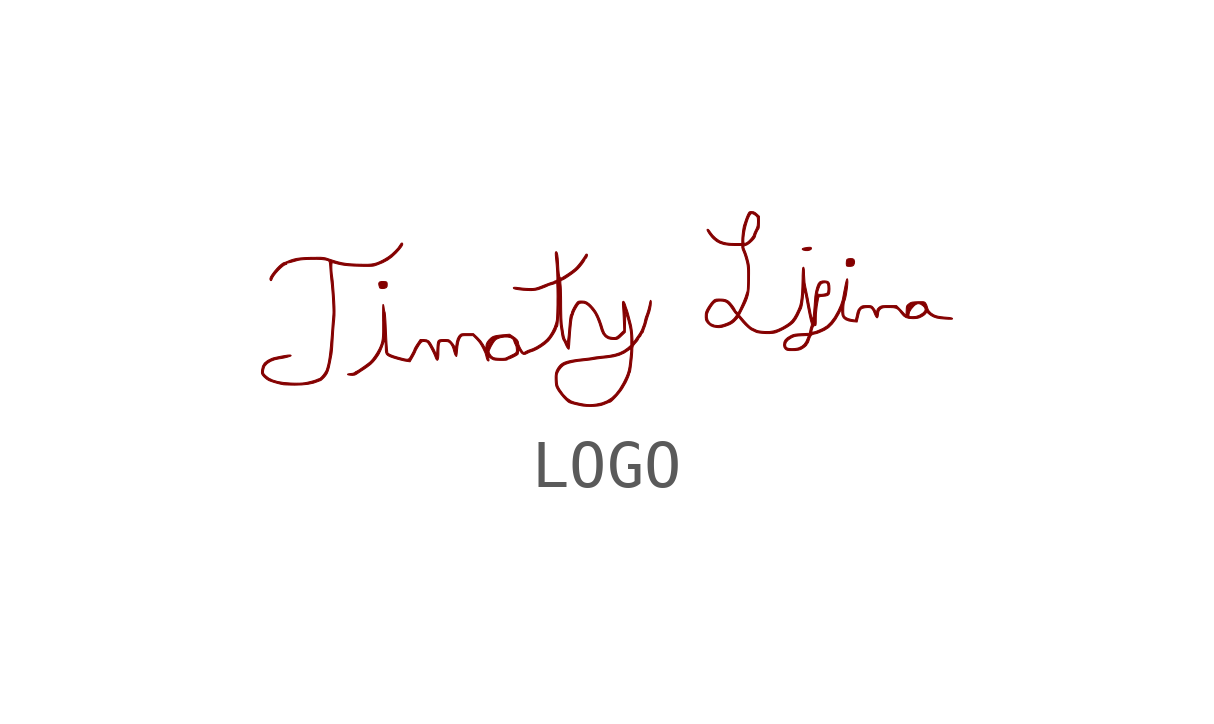
<source format=kicad_sym>
(kicad_symbol_lib
  (version 20220914)
  (generator bitmap2component)
  (symbol "LOGO"
    (pin_names
      (offset 1.016))
    (property "Reference" "#G"
      (at 0 1.814 0)
      (effects (font (size 1.27 1.27)) hide))
    (symbol "LOGO_0_0"
      (polyline (pts (xy -0.21 -2.072) (xy -0.134 -2.065) (xy -0.075 -2.054) (xy -0.064 -2.051) (xy -0.013 -2.033) (xy 0.037 -2.013) (xy 0.055 -2.005) (xy 0.089 -1.992) (xy 0.11 -1.986) (xy 0.118 -1.984) (xy 0.144 -1.965) (xy 0.18 -1.931) (xy 0.223 -1.887) (xy 0.268 -1.837) (xy 0.31 -1.786) (xy 0.347 -1.738) (xy 0.373 -1.699) (xy 0.375 -1.696) (xy 0.401 -1.651) (xy 0.423 -1.613) (xy 0.436 -1.592) (xy 0.441 -1.582) (xy 0.459 -1.546) (xy 0.479 -1.502) (xy 0.498 -1.457) (xy 0.512 -1.419) (xy 0.517 -1.398) (xy 0.518 -1.391) (xy 0.531 -1.366) (xy 0.535 -1.353) (xy 0.542 -1.317) (xy 0.55 -1.263) (xy 0.558 -1.198) (xy 0.566 -1.125) (xy 0.574 -1.052) (xy 0.58 -0.981) (xy 0.584 -0.92) (xy 0.585 -0.874) (xy 0.586 -0.857) (xy 0.596 -0.813) (xy 0.623 -0.776) (xy 0.641 -0.756) (xy 0.673 -0.72) (xy 0.694 -0.691) (xy 0.71 -0.66) (xy 0.723 -0.637) (xy 0.735 -0.626) (xy 0.736 -0.626) (xy 0.748 -0.613) (xy 0.762 -0.585) (xy 0.763 -0.583) (xy 0.777 -0.555) (xy 0.789 -0.544) (xy 0.799 -0.534) (xy 0.809 -0.507) (xy 0.82 -0.471) (xy 0.836 -0.428) (xy 0.842 -0.414) (xy 0.857 -0.369) (xy 0.87 -0.32) (xy 0.872 -0.314) (xy 0.885 -0.265) (xy 0.904 -0.204) (xy 0.925 -0.143) (xy 0.94 -0.098) (xy 0.955 -0.035) (xy 0.966 0.026) (xy 0.97 0.079) (xy 0.969 0.117) (xy 0.959 0.136) (xy 0.953 0.134) (xy 0.943 0.112) (xy 0.934 0.075) (xy 0.933 0.065) (xy 0.921 0.013) (xy 0.906 -0.047) (xy 0.888 -0.107) (xy 0.871 -0.158) (xy 0.858 -0.191) (xy 0.851 -0.208) (xy 0.84 -0.246) (xy 0.829 -0.293) (xy 0.821 -0.33) (xy 0.81 -0.368) (xy 0.803 -0.388) (xy 0.8 -0.392) (xy 0.79 -0.419) (xy 0.777 -0.456) (xy 0.764 -0.488) (xy 0.737 -0.537) (xy 0.706 -0.586) (xy 0.679 -0.623) (xy 0.647 -0.67) (xy 0.622 -0.707) (xy 0.592 -0.755) (xy 0.584 -0.605) (xy 0.581 -0.57) (xy 0.573 -0.489) (xy 0.561 -0.41) (xy 0.547 -0.347) (xy 0.546 -0.344) (xy 0.529 -0.279) (xy 0.511 -0.211) (xy 0.497 -0.157) (xy 0.486 -0.118) (xy 0.473 -0.075) (xy 0.463 -0.048) (xy 0.46 -0.04) (xy 0.447 -0.005) (xy 0.434 0.038) (xy 0.42 0.076) (xy 0.403 0.107) (xy 0.386 0.117) (xy 0.373 0.104) (xy 0.37 0.085) (xy 0.37 0.046) (xy 0.373 -0.003) (xy 0.374 -0.013) (xy 0.378 -0.064) (xy 0.379 -0.082) (xy 0.422 -0.082) (xy 0.423 -0.074) (xy 0.431 -0.073) (xy 0.432 -0.075) (xy 0.431 -0.091) (xy 0.427 -0.093) (xy 0.422 -0.082) (xy 0.379 -0.082) (xy 0.382 -0.133) (xy 0.386 -0.211) (xy 0.389 -0.291) (xy 0.397 -0.493) (xy 0.321 -0.566) (xy 0.293 -0.593) (xy 0.257 -0.621) (xy 0.228 -0.636) (xy 0.199 -0.639) (xy 0.171 -0.639) (xy 0.096 -0.626) (xy 0.039 -0.595) (xy -0.003 -0.544) (xy -0.033 -0.469) (xy -0.063 -0.371) (xy -0.102 -0.262) (xy -0.142 -0.171) (xy -0.185 -0.095) (xy -0.234 -0.028) (xy -0.291 0.035) (xy -0.325 0.066) (xy -0.374 0.1) (xy -0.423 0.118) (xy -0.482 0.122) (xy -0.512 0.122) (xy -0.545 0.117) (xy -0.568 0.104) (xy -0.589 0.078) (xy -0.613 0.044) (xy -0.642 -0.005) (xy -0.668 -0.055) (xy -0.687 -0.098) (xy -0.694 -0.125) (xy -0.695 -0.137) (xy -0.706 -0.155) (xy -0.706 -0.156) (xy -0.715 -0.172) (xy -0.723 -0.211) (xy -0.732 -0.274) (xy -0.74 -0.362) (xy -0.75 -0.476) (xy -0.754 -0.527) (xy -0.76 -0.593) (xy -0.767 -0.653) (xy -0.774 -0.702) (xy -0.78 -0.737) (xy -0.784 -0.753) (xy -0.787 -0.747) (xy -0.796 -0.722) (xy -0.816 -0.691) (xy -0.828 -0.67) (xy -0.844 -0.62) (xy -0.857 -0.556) (xy -0.865 -0.5) (xy -0.876 -0.431) (xy -0.885 -0.373) (xy -0.887 -0.354) (xy -0.89 -0.303) (xy -0.894 -0.233) (xy -0.896 -0.149) (xy -0.898 -0.055) (xy -0.899 0.042) (xy -0.899 0.1) (xy -0.9 0.195) (xy -0.902 0.283) (xy -0.904 0.358) (xy -0.907 0.415) (xy -0.91 0.451) (xy -0.915 0.499) (xy -0.914 0.535) (xy -0.907 0.553) (xy -0.891 0.558) (xy -0.881 0.56) (xy -0.849 0.576) (xy -0.804 0.604) (xy -0.751 0.639) (xy -0.695 0.678) (xy -0.641 0.718) (xy -0.594 0.756) (xy -0.56 0.787) (xy -0.554 0.793) (xy -0.512 0.839) (xy -0.473 0.887) (xy -0.44 0.933) (xy -0.417 0.969) (xy -0.408 0.992) (xy -0.408 0.996) (xy -0.397 1.007) (xy -0.384 1.016) (xy -0.37 1.041) (xy -0.361 1.069) (xy -0.361 1.089) (xy -0.371 1.1) (xy -0.39 1.097) (xy -0.407 1.071) (xy -0.417 1.054) (xy -0.441 1.018) (xy -0.474 0.971) (xy -0.513 0.918) (xy -0.547 0.875) (xy -0.589 0.827) (xy -0.632 0.786) (xy -0.684 0.745) (xy -0.752 0.697) (xy -0.761 0.691) (xy -0.816 0.655) (xy -0.863 0.626) (xy -0.896 0.606) (xy -0.912 0.599) (xy -0.915 0.599) (xy -0.929 0.611) (xy -0.94 0.643) (xy -0.949 0.697) (xy -0.956 0.774) (xy -0.962 0.877) (xy -0.963 0.907) (xy -0.97 1.006) (xy -0.979 1.08) (xy -0.991 1.128) (xy -1.006 1.15) (xy -1.023 1.145) (xy -1.025 1.143) (xy -1.03 1.119) (xy -1.029 1.074) (xy -1.023 1.004) (xy -1.018 0.958) (xy -1.011 0.878) (xy -1.005 0.792) (xy -1 0.711) (xy -0.998 0.654) (xy -0.996 0.602) (xy -0.997 0.57) (xy -1.001 0.553) (xy -1.008 0.546) (xy -1.019 0.544) (xy -1.035 0.542) (xy -1.054 0.531) (xy -1.06 0.525) (xy -1.084 0.517) (xy -1.086 0.517) (xy -1.111 0.51) (xy -1.154 0.495) (xy -1.21 0.474) (xy -1.275 0.449) (xy -1.334 0.425) (xy -1.39 0.405) (xy -1.433 0.392) (xy -1.472 0.385) (xy -1.512 0.382) (xy -1.562 0.382) (xy -1.566 0.382) (xy -1.639 0.385) (xy -1.718 0.391) (xy -1.786 0.4) (xy -1.79 0.4) (xy -1.851 0.408) (xy -1.89 0.407) (xy -1.905 0.398) (xy -1.896 0.381) (xy -1.893 0.379) (xy -1.865 0.37) (xy -1.818 0.361) (xy -1.757 0.353) (xy -1.689 0.346) (xy -1.619 0.342) (xy -1.553 0.34) (xy -1.501 0.341) (xy -1.442 0.347) (xy -1.386 0.359) (xy -1.319 0.382) (xy -1.296 0.391) (xy -1.246 0.41) (xy -1.209 0.426) (xy -1.19 0.435) (xy -1.181 0.44) (xy -1.15 0.452) (xy -1.109 0.463) (xy -1.084 0.47) (xy -1.048 0.482) (xy -1.028 0.492) (xy -1.023 0.495) (xy -1.004 0.503) (xy -1.003 0.502) (xy -0.999 0.482) (xy -0.997 0.44) (xy -0.995 0.38) (xy -0.994 0.307) (xy -0.993 0.224) (xy -0.994 0.135) (xy -0.994 0.045) (xy -0.996 -0.043) (xy -0.998 -0.123) (xy -1.001 -0.193) (xy -1.004 -0.248) (xy -1.008 -0.284) (xy -1.021 -0.34) (xy -1.054 -0.434) (xy -1.1 -0.528) (xy -1.153 -0.613) (xy -1.209 -0.679) (xy -1.262 -0.726) (xy -1.337 -0.782) (xy -1.416 -0.831) (xy -1.492 -0.869) (xy -1.558 -0.893) (xy -1.598 -0.907) (xy -1.639 -0.927) (xy -1.644 -0.93) (xy -1.672 -0.946) (xy -1.688 -0.952) (xy -1.689 -0.952) (xy -1.705 -0.94) (xy -1.727 -0.91) (xy -1.751 -0.87) (xy -1.773 -0.826) (xy -1.79 -0.786) (xy -1.796 -0.758) (xy -1.802 -0.724) (xy -1.823 -0.689) (xy -1.864 -0.65) (xy -1.927 -0.606) (xy -1.984 -0.57) (xy -2.132 -0.583) (xy -2.198 -0.59) (xy -2.26 -0.599) (xy -2.305 -0.61) (xy -2.34 -0.625) (xy -2.37 -0.646) (xy -2.401 -0.676) (xy -2.416 -0.691) (xy -2.452 -0.739) (xy -2.471 -0.785) (xy -2.476 -0.837) (xy -2.433 -0.837) (xy -2.428 -0.812) (xy -2.417 -0.78) (xy -2.394 -0.745) (xy -2.376 -0.721) (xy -2.367 -0.703) (xy -2.367 -0.699) (xy -2.359 -0.698) (xy -2.358 -0.699) (xy -2.362 -0.718) (xy -2.379 -0.746) (xy -2.38 -0.747) (xy -2.404 -0.784) (xy -2.422 -0.818) (xy -2.43 -0.837) (xy -2.433 -0.837) (xy -2.476 -0.837) (xy -2.476 -0.84) (xy -2.476 -0.857) (xy -2.478 -0.872) (xy -2.484 -0.87) (xy -2.497 -0.848) (xy -2.52 -0.804) (xy -2.531 -0.785) (xy -2.583 -0.71) (xy -2.65 -0.638) (xy -2.736 -0.558) (xy -2.865 -0.558) (xy -2.885 -0.558) (xy -2.938 -0.558) (xy -2.974 -0.561) (xy -2.997 -0.568) (xy -3.015 -0.581) (xy -3.034 -0.601) (xy -3.044 -0.613) (xy -3.071 -0.663) (xy -3.091 -0.731) (xy -3.105 -0.823) (xy -3.11 -0.864) (xy -3.129 -0.823) (xy -3.136 -0.809) (xy -3.163 -0.77) (xy -3.196 -0.731) (xy -3.215 -0.712) (xy -3.236 -0.694) (xy -3.26 -0.684) (xy -3.295 -0.681) (xy -3.348 -0.68) (xy -3.357 -0.68) (xy -3.41 -0.682) (xy -3.447 -0.689) (xy -3.471 -0.707) (xy -3.484 -0.739) (xy -3.492 -0.789) (xy -3.496 -0.863) (xy -3.503 -1) (xy -3.535 -0.932) (xy -3.547 -0.905) (xy -3.566 -0.867) (xy -3.579 -0.844) (xy -3.582 -0.839) (xy -3.598 -0.81) (xy -3.619 -0.773) (xy -3.629 -0.755) (xy -3.666 -0.71) (xy -3.713 -0.687) (xy -3.776 -0.68) (xy -3.846 -0.68) (xy -3.909 -0.774) (xy -3.919 -0.788) (xy -3.946 -0.832) (xy -3.965 -0.866) (xy -3.973 -0.885) (xy -3.973 -0.888) (xy -3.983 -0.913) (xy -4.003 -0.953) (xy -4.029 -1.001) (xy -4.041 -1.022) (xy -4.06 -1.056) (xy -4.078 -1.078) (xy -4.098 -1.09) (xy -4.125 -1.092) (xy -4.164 -1.086) (xy -4.221 -1.072) (xy -4.299 -1.051) (xy -4.308 -1.049) (xy -4.398 -1.022) (xy -4.465 -0.996) (xy -4.517 -0.968) (xy -4.519 -0.961) (xy -4.524 -0.928) (xy -4.53 -0.87) (xy -4.536 -0.789) (xy -4.542 -0.684) (xy -4.548 -0.559) (xy -4.555 -0.413) (xy -4.556 -0.387) (xy -4.56 -0.303) (xy -4.565 -0.228) (xy -4.57 -0.168) (xy -4.575 -0.126) (xy -4.579 -0.107) (xy -4.584 -0.096) (xy -4.592 -0.061) (xy -4.598 -0.017) (xy -4.602 0.011) (xy -4.61 0.041) (xy -4.619 0.051) (xy -4.62 0.051) (xy -4.624 0.032) (xy -4.627 -0.012) (xy -4.628 -0.082) (xy -4.629 -0.176) (xy -4.628 -0.292) (xy -4.627 -0.311) (xy -4.627 -0.429) (xy -4.627 -0.525) (xy -4.63 -0.603) (xy -4.636 -0.667) (xy -4.645 -0.721) (xy -4.658 -0.769) (xy -4.675 -0.816) (xy -4.697 -0.866) (xy -4.704 -0.88) (xy -4.743 -0.951) (xy -4.79 -1.024) (xy -4.839 -1.091) (xy -4.884 -1.141) (xy -4.899 -1.154) (xy -4.936 -1.183) (xy -4.983 -1.218) (xy -5.034 -1.254) (xy -5.085 -1.289) (xy -5.13 -1.319) (xy -5.165 -1.339) (xy -5.182 -1.347) (xy -5.191 -1.35) (xy -5.21 -1.367) (xy -5.218 -1.373) (xy -5.251 -1.384) (xy -5.297 -1.39) (xy -5.332 -1.394) (xy -5.359 -1.402) (xy -5.359 -1.412) (xy -5.335 -1.42) (xy -5.286 -1.426) (xy -5.253 -1.427) (xy -5.208 -1.421) (xy -5.173 -1.404) (xy -5.159 -1.394) (xy -5.121 -1.369) (xy -5.072 -1.336) (xy -5.017 -1.301) (xy -4.942 -1.249) (xy -4.876 -1.198) (xy -4.821 -1.144) (xy -4.77 -1.083) (xy -4.716 -1.005) (xy -4.698 -0.974) (xy -4.669 -0.915) (xy -4.641 -0.848) (xy -4.617 -0.784) (xy -4.603 -0.732) (xy -4.6 -0.721) (xy -4.592 -0.703) (xy -4.585 -0.71) (xy -4.579 -0.737) (xy -4.574 -0.784) (xy -4.572 -0.848) (xy -4.571 -0.903) (xy -4.565 -0.952) (xy -4.551 -0.985) (xy -4.528 -1.009) (xy -4.492 -1.031) (xy -4.454 -1.047) (xy -4.394 -1.068) (xy -4.324 -1.089) (xy -4.249 -1.109) (xy -4.179 -1.126) (xy -4.12 -1.136) (xy -4.057 -1.145) (xy -4.003 -1.052) (xy -3.999 -1.045) (xy -3.972 -0.996) (xy -3.95 -0.953) (xy -3.938 -0.925) (xy -3.938 -0.924) (xy -3.925 -0.895) (xy -3.901 -0.853) (xy -3.872 -0.806) (xy -3.864 -0.793) (xy -3.836 -0.754) (xy -3.815 -0.733) (xy -3.794 -0.723) (xy -3.768 -0.721) (xy -3.764 -0.721) (xy -3.726 -0.727) (xy -3.697 -0.738) (xy -3.682 -0.758) (xy -3.657 -0.796) (xy -3.628 -0.848) (xy -3.598 -0.905) (xy -3.569 -0.963) (xy -3.546 -1.015) (xy -3.531 -1.054) (xy -3.526 -1.067) (xy -3.51 -1.098) (xy -3.493 -1.113) (xy -3.484 -1.112) (xy -3.471 -1.095) (xy -3.462 -1.057) (xy -3.457 -0.997) (xy -3.456 -0.911) (xy -3.455 -0.891) (xy -3.453 -0.833) (xy -3.448 -0.785) (xy -3.442 -0.756) (xy -3.442 -0.756) (xy -3.433 -0.737) (xy -3.418 -0.726) (xy -3.39 -0.722) (xy -3.343 -0.721) (xy -3.304 -0.722) (xy -3.269 -0.726) (xy -3.245 -0.738) (xy -3.222 -0.758) (xy -3.206 -0.778) (xy -3.182 -0.817) (xy -3.162 -0.868) (xy -3.142 -0.939) (xy -3.129 -0.982) (xy -3.109 -1.021) (xy -3.089 -1.034) (xy -3.087 -1.032) (xy -3.081 -1.01) (xy -3.075 -0.97) (xy -3.07 -0.917) (xy -3.06 -0.821) (xy -3.046 -0.741) (xy -3.028 -0.681) (xy -3.005 -0.637) (xy -2.992 -0.621) (xy -2.977 -0.608) (xy -2.954 -0.602) (xy -2.918 -0.599) (xy -2.861 -0.599) (xy -2.745 -0.599) (xy -2.668 -0.677) (xy -2.662 -0.684) (xy -2.628 -0.722) (xy -2.599 -0.761) (xy -2.57 -0.808) (xy -2.538 -0.868) (xy -2.507 -0.934) (xy -2.411 -0.934) (xy -2.406 -0.909) (xy -2.39 -0.872) (xy -2.368 -0.825) (xy -2.332 -0.763) (xy -2.297 -0.712) (xy -2.265 -0.68) (xy -2.257 -0.675) (xy -2.22 -0.658) (xy -2.177 -0.643) (xy -2.164 -0.64) (xy -2.087 -0.628) (xy -2.018 -0.629) (xy -1.96 -0.642) (xy -1.918 -0.667) (xy -1.897 -0.703) (xy -1.896 -0.71) (xy -1.887 -0.735) (xy -1.85 -0.735) (xy -1.849 -0.728) (xy -1.841 -0.726) (xy -1.839 -0.728) (xy -1.841 -0.744) (xy -1.845 -0.746) (xy -1.85 -0.735) (xy -1.887 -0.735) (xy -1.882 -0.75) (xy -1.862 -0.792) (xy -1.847 -0.828) (xy -1.839 -0.901) (xy -1.841 -0.925) (xy -1.847 -0.947) (xy -1.862 -0.964) (xy -1.891 -0.982) (xy -1.939 -1.005) (xy -1.946 -1.009) (xy -1.994 -1.032) (xy -2.034 -1.052) (xy -2.058 -1.063) (xy -2.075 -1.069) (xy -2.119 -1.073) (xy -2.175 -1.074) (xy -2.234 -1.071) (xy -2.286 -1.065) (xy -2.322 -1.055) (xy -2.36 -1.028) (xy -2.392 -0.985) (xy -2.405 -0.958) (xy -2.411 -0.934) (xy -2.507 -0.934) (xy -2.5 -0.948) (xy -2.494 -0.963) (xy -2.482 -1.003) (xy -2.47 -1.05) (xy -2.465 -1.071) (xy -2.449 -1.111) (xy -2.43 -1.127) (xy -2.416 -1.127) (xy -2.411 -1.113) (xy -2.416 -1.079) (xy -2.425 -1.027) (xy -2.393 -1.057) (xy -2.361 -1.081) (xy -2.322 -1.101) (xy -2.313 -1.104) (xy -2.277 -1.11) (xy -2.228 -1.113) (xy -2.173 -1.115) (xy -2.119 -1.115) (xy -2.072 -1.113) (xy -2.039 -1.108) (xy -2.027 -1.102) (xy -2.025 -1.096) (xy -2.007 -1.088) (xy -1.985 -1.083) (xy -1.948 -1.067) (xy -1.903 -1.046) (xy -1.859 -1.023) (xy -1.824 -1.002) (xy -1.806 -0.988) (xy -1.806 -0.987) (xy -1.799 -0.962) (xy -1.796 -0.926) (xy -1.796 -0.88) (xy -1.755 -0.937) (xy -1.734 -0.963) (xy -1.698 -0.989) (xy -1.66 -0.99) (xy -1.612 -0.968) (xy -1.572 -0.948) (xy -1.53 -0.933) (xy -1.486 -0.919) (xy -1.41 -0.883) (xy -1.328 -0.834) (xy -1.247 -0.777) (xy -1.175 -0.714) (xy -1.169 -0.708) (xy -1.136 -0.668) (xy -1.1 -0.619) (xy -1.065 -0.565) (xy -1.035 -0.513) (xy -1.014 -0.47) (xy -1.007 -0.442) (xy -1.005 -0.433) (xy -0.995 -0.422) (xy -0.987 -0.414) (xy -0.979 -0.39) (xy -0.973 -0.346) (xy -0.967 -0.283) (xy -0.962 -0.197) (xy -0.957 -0.087) (xy -0.953 0.048) (xy -0.944 0.388) (xy -0.941 0.042) (xy -0.941 -0.027) (xy -0.939 -0.124) (xy -0.936 -0.213) (xy -0.933 -0.29) (xy -0.929 -0.349) (xy -0.925 -0.386) (xy -0.918 -0.437) (xy -0.907 -0.506) (xy -0.898 -0.571) (xy -0.897 -0.577) (xy -0.887 -0.629) (xy -0.875 -0.67) (xy -0.864 -0.694) (xy -0.858 -0.702) (xy -0.84 -0.734) (xy -0.822 -0.775) (xy -0.816 -0.79) (xy -0.792 -0.839) (xy -0.768 -0.872) (xy -0.747 -0.884) (xy -0.746 -0.884) (xy -0.74 -0.866) (xy -0.735 -0.829) (xy -0.73 -0.779) (xy -0.73 -0.774) (xy -0.721 -0.641) (xy -0.712 -0.52) (xy -0.702 -0.414) (xy -0.693 -0.324) (xy -0.683 -0.255) (xy -0.674 -0.207) (xy -0.666 -0.184) (xy -0.657 -0.163) (xy -0.647 -0.129) (xy -0.636 -0.099) (xy -0.614 -0.054) (xy -0.587 -0.007) (xy -0.579 0.006) (xy -0.554 0.044) (xy -0.533 0.065) (xy -0.511 0.075) (xy -0.48 0.079) (xy -0.434 0.077) (xy -0.389 0.06) (xy -0.343 0.027) (xy -0.291 -0.025) (xy -0.232 -0.1) (xy -0.201 -0.147) (xy -0.16 -0.232) (xy -0.117 -0.344) (xy -0.074 -0.483) (xy -0.07 -0.495) (xy -0.041 -0.561) (xy 0.001 -0.614) (xy 0.032 -0.64) (xy 0.077 -0.664) (xy 0.132 -0.677) (xy 0.206 -0.68) (xy 0.224 -0.68) (xy 0.254 -0.676) (xy 0.28 -0.665) (xy 0.31 -0.643) (xy 0.35 -0.605) (xy 0.429 -0.53) (xy 0.434 -0.323) (xy 0.435 -0.264) (xy 0.437 -0.203) (xy 0.439 -0.165) (xy 0.442 -0.146) (xy 0.446 -0.145) (xy 0.451 -0.159) (xy 0.458 -0.184) (xy 0.484 -0.278) (xy 0.508 -0.374) (xy 0.526 -0.455) (xy 0.537 -0.525) (xy 0.542 -0.592) (xy 0.544 -0.659) (xy 0.544 -0.8) (xy 0.497 -0.841) (xy 0.477 -0.858) (xy 0.401 -0.912) (xy 0.317 -0.954) (xy 0.22 -0.986) (xy 0.105 -1.01) (xy -0.032 -1.027) (xy -0.056 -1.029) (xy -0.124 -1.036) (xy -0.182 -1.043) (xy -0.224 -1.049) (xy -0.245 -1.053) (xy -0.247 -1.054) (xy -0.273 -1.059) (xy -0.319 -1.066) (xy -0.38 -1.073) (xy -0.449 -1.081) (xy -0.468 -1.083) (xy -0.592 -1.098) (xy -0.692 -1.114) (xy -0.772 -1.132) (xy -0.836 -1.153) (xy -0.885 -1.177) (xy -0.924 -1.207) (xy -0.955 -1.242) (xy -0.979 -1.275) (xy -1.008 -1.327) (xy -1.025 -1.38) (xy -1.032 -1.442) (xy -1.032 -1.481) (xy -0.992 -1.481) (xy -0.992 -1.435) (xy -0.987 -1.401) (xy -0.975 -1.37) (xy -0.956 -1.332) (xy -0.945 -1.314) (xy -0.904 -1.261) (xy -0.86 -1.221) (xy -0.819 -1.199) (xy -0.748 -1.174) (xy -0.659 -1.153) (xy -0.558 -1.135) (xy -0.449 -1.124) (xy -0.448 -1.123) (xy -0.375 -1.116) (xy -0.295 -1.106) (xy -0.224 -1.095) (xy -0.189 -1.089) (xy -0.116 -1.079) (xy -0.036 -1.069) (xy 0.041 -1.062) (xy 0.048 -1.061) (xy 0.184 -1.041) (xy 0.301 -1.01) (xy 0.405 -0.963) (xy 0.5 -0.901) (xy 0.517 -0.888) (xy 0.53 -0.88) (xy 0.538 -0.88) (xy 0.542 -0.891) (xy 0.543 -0.918) (xy 0.539 -0.962) (xy 0.533 -1.027) (xy 0.524 -1.116) (xy 0.52 -1.156) (xy 0.508 -1.247) (xy 0.493 -1.323) (xy 0.473 -1.391) (xy 0.446 -1.459) (xy 0.409 -1.537) (xy 0.382 -1.59) (xy 0.307 -1.716) (xy 0.228 -1.818) (xy 0.144 -1.898) (xy 0.05 -1.958) (xy -0.054 -2) (xy -0.173 -2.026) (xy -0.183 -2.027) (xy -0.249 -2.035) (xy -0.31 -2.038) (xy -0.373 -2.035) (xy -0.444 -2.025) (xy -0.528 -2.009) (xy -0.633 -1.985) (xy -0.702 -1.959) (xy -0.783 -1.904) (xy -0.861 -1.825) (xy -0.935 -1.722) (xy -0.947 -1.702) (xy -0.968 -1.663) (xy -0.98 -1.627) (xy -0.987 -1.583) (xy -0.991 -1.523) (xy -0.992 -1.481) (xy -1.032 -1.481) (xy -1.032 -1.522) (xy -1.029 -1.581) (xy -1.024 -1.627) (xy -1.015 -1.662) (xy -0.999 -1.696) (xy -0.975 -1.738) (xy -0.956 -1.766) (xy -0.91 -1.827) (xy -0.858 -1.889) (xy -0.804 -1.945) (xy -0.758 -1.985) (xy -0.729 -2) (xy -0.675 -2.018) (xy -0.595 -2.038) (xy -0.49 -2.061) (xy -0.454 -2.067) (xy -0.379 -2.073) (xy -0.295 -2.075) (xy -0.21 -2.072)) (stroke (width 0.01) (type default)) (fill (type outline)))
      (polyline (pts (xy -6.32 -1.627) (xy -6.185 -1.614) (xy -6.07 -1.59) (xy -5.977 -1.557) (xy -5.973 -1.556) (xy -5.942 -1.543) (xy -5.922 -1.537) (xy -5.908 -1.529) (xy -5.882 -1.506) (xy -5.848 -1.473) (xy -5.816 -1.436) (xy -5.785 -1.389) (xy -5.761 -1.333) (xy -5.74 -1.262) (xy -5.721 -1.17) (xy -5.718 -1.157) (xy -5.706 -1.095) (xy -5.695 -1.036) (xy -5.686 -0.993) (xy -5.682 -0.96) (xy -5.676 -0.906) (xy -5.67 -0.835) (xy -5.665 -0.753) (xy -5.66 -0.667) (xy -5.655 -0.587) (xy -5.649 -0.494) (xy -5.642 -0.408) (xy -5.636 -0.335) (xy -5.63 -0.282) (xy -5.628 -0.259) (xy -5.622 -0.178) (xy -5.621 -0.087) (xy -5.623 0.004) (xy -5.628 0.109) (xy -5.636 0.233) (xy -5.644 0.347) (xy -5.652 0.449) (xy -5.659 0.535) (xy -5.667 0.601) (xy -5.673 0.643) (xy -5.674 0.646) (xy -5.68 0.694) (xy -5.685 0.755) (xy -5.687 0.818) (xy -5.687 0.841) (xy -5.686 0.886) (xy -5.682 0.911) (xy -5.675 0.921) (xy -5.663 0.92) (xy -5.655 0.918) (xy -5.572 0.895) (xy -5.495 0.878) (xy -5.417 0.865) (xy -5.332 0.857) (xy -5.234 0.851) (xy -5.115 0.847) (xy -5.04 0.845) (xy -4.964 0.844) (xy -4.906 0.844) (xy -4.862 0.846) (xy -4.828 0.849) (xy -4.798 0.855) (xy -4.769 0.865) (xy -4.734 0.877) (xy -4.625 0.921) (xy -4.525 0.974) (xy -4.436 1.038) (xy -4.349 1.119) (xy -4.342 1.126) (xy -4.277 1.198) (xy -4.233 1.254) (xy -4.211 1.295) (xy -4.211 1.32) (xy -4.223 1.332) (xy -4.242 1.325) (xy -4.265 1.292) (xy -4.271 1.282) (xy -4.311 1.225) (xy -4.369 1.163) (xy -4.436 1.1) (xy -4.508 1.044) (xy -4.577 1.001) (xy -4.624 0.975) (xy -4.69 0.942) (xy -4.748 0.918) (xy -4.805 0.902) (xy -4.866 0.892) (xy -4.936 0.887) (xy -5.022 0.887) (xy -5.129 0.889) (xy -5.175 0.89) (xy -5.287 0.896) (xy -5.383 0.905) (xy -5.47 0.918) (xy -5.556 0.938) (xy -5.648 0.965) (xy -5.755 1) (xy -5.763 1.003) (xy -5.799 1.015) (xy -5.831 1.023) (xy -5.864 1.028) (xy -5.904 1.032) (xy -5.956 1.033) (xy -6.024 1.032) (xy -6.115 1.031) (xy -6.133 1.031) (xy -6.246 1.027) (xy -6.339 1.02) (xy -6.417 1.01) (xy -6.486 0.994) (xy -6.552 0.973) (xy -6.621 0.944) (xy -6.624 0.943) (xy -6.656 0.93) (xy -6.676 0.925) (xy -6.7 0.916) (xy -6.738 0.89) (xy -6.783 0.851) (xy -6.83 0.803) (xy -6.876 0.75) (xy -6.897 0.723) (xy -6.94 0.665) (xy -6.966 0.622) (xy -6.977 0.589) (xy -6.975 0.566) (xy -6.962 0.547) (xy -6.946 0.549) (xy -6.933 0.576) (xy -6.922 0.604) (xy -6.894 0.65) (xy -6.854 0.702) (xy -6.807 0.755) (xy -6.758 0.804) (xy -6.71 0.846) (xy -6.669 0.874) (xy -6.639 0.884) (xy -6.636 0.885) (xy -6.626 0.887) (xy -6.639 0.898) (xy -6.645 0.902) (xy -6.646 0.909) (xy -6.624 0.911) (xy -6.614 0.912) (xy -6.577 0.919) (xy -6.525 0.932) (xy -6.467 0.948) (xy -6.428 0.959) (xy -6.382 0.971) (xy -6.335 0.979) (xy -6.28 0.984) (xy -6.211 0.988) (xy -6.122 0.99) (xy -6.002 0.991) (xy -5.9 0.987) (xy -5.823 0.978) (xy -5.771 0.965) (xy -5.744 0.947) (xy -5.741 0.935) (xy -5.735 0.9) (xy -5.73 0.85) (xy -5.726 0.789) (xy -5.724 0.76) (xy -5.718 0.678) (xy -5.71 0.595) (xy -5.703 0.524) (xy -5.694 0.441) (xy -5.685 0.34) (xy -5.677 0.236) (xy -5.671 0.133) (xy -5.666 0.037) (xy -5.663 -0.048) (xy -5.662 -0.117) (xy -5.664 -0.163) (xy -5.665 -0.174) (xy -5.669 -0.227) (xy -5.675 -0.296) (xy -5.681 -0.375) (xy -5.686 -0.456) (xy -5.692 -0.536) (xy -5.705 -0.696) (xy -5.717 -0.833) (xy -5.729 -0.949) (xy -5.742 -1.048) (xy -5.755 -1.131) (xy -5.77 -1.202) (xy -5.786 -1.263) (xy -5.803 -1.317) (xy -5.811 -1.334) (xy -5.835 -1.375) (xy -5.866 -1.419) (xy -5.9 -1.458) (xy -5.93 -1.486) (xy -5.951 -1.497) (xy -5.971 -1.502) (xy -6.002 -1.516) (xy -6.015 -1.521) (xy -6.055 -1.535) (xy -6.11 -1.55) (xy -6.171 -1.565) (xy -6.197 -1.571) (xy -6.251 -1.581) (xy -6.301 -1.587) (xy -6.356 -1.59) (xy -6.423 -1.591) (xy -6.508 -1.589) (xy -6.552 -1.587) (xy -6.697 -1.575) (xy -6.818 -1.555) (xy -6.919 -1.525) (xy -7.001 -1.485) (xy -7.066 -1.434) (xy -7.09 -1.41) (xy -7.108 -1.385) (xy -7.112 -1.36) (xy -7.109 -1.322) (xy -7.106 -1.307) (xy -7.094 -1.263) (xy -7.079 -1.23) (xy -7.031 -1.179) (xy -6.962 -1.135) (xy -6.877 -1.102) (xy -6.782 -1.082) (xy -6.745 -1.077) (xy -6.681 -1.065) (xy -6.623 -1.051) (xy -6.575 -1.037) (xy -6.544 -1.025) (xy -6.535 -1.015) (xy -6.535 -1.014) (xy -6.546 -1.005) (xy -6.57 -1.003) (xy -6.61 -1.006) (xy -6.671 -1.015) (xy -6.755 -1.03) (xy -6.803 -1.04) (xy -6.86 -1.052) (xy -6.902 -1.062) (xy -6.935 -1.073) (xy -6.967 -1.088) (xy -7.006 -1.107) (xy -7.032 -1.122) (xy -7.094 -1.172) (xy -7.132 -1.235) (xy -7.15 -1.313) (xy -7.151 -1.316) (xy -7.154 -1.361) (xy -7.151 -1.391) (xy -7.138 -1.417) (xy -7.111 -1.45) (xy -7.095 -1.466) (xy -7.05 -1.505) (xy -7.004 -1.534) (xy -7 -1.536) (xy -6.953 -1.554) (xy -6.891 -1.575) (xy -6.82 -1.595) (xy -6.752 -1.612) (xy -6.694 -1.623) (xy -6.687 -1.624) (xy -6.653 -1.626) (xy -6.6 -1.628) (xy -6.533 -1.63) (xy -6.459 -1.631) (xy -6.32 -1.627)) (stroke (width 0.01) (type default)) (fill (type outline)))
      (polyline (pts (xy 3.97 -0.91) (xy 4.032 -0.903) (xy 4.075 -0.892) (xy 4.093 -0.884) (xy 4.137 -0.858) (xy 4.177 -0.829) (xy 4.206 -0.801) (xy 4.218 -0.781) (xy 4.219 -0.773) (xy 4.229 -0.762) (xy 4.233 -0.759) (xy 4.245 -0.739) (xy 4.258 -0.704) (xy 4.266 -0.677) (xy 4.286 -0.625) (xy 4.306 -0.593) (xy 4.333 -0.575) (xy 4.369 -0.566) (xy 4.374 -0.565) (xy 4.403 -0.559) (xy 4.432 -0.551) (xy 4.468 -0.537) (xy 4.515 -0.517) (xy 4.581 -0.487) (xy 4.588 -0.483) (xy 4.667 -0.432) (xy 4.744 -0.356) (xy 4.817 -0.259) (xy 4.885 -0.142) (xy 4.939 -0.036) (xy 4.939 -0.111) (xy 4.946 -0.174) (xy 4.972 -0.228) (xy 5.018 -0.267) (xy 5.086 -0.294) (xy 5.178 -0.309) (xy 5.26 -0.316) (xy 5.291 -0.186) (xy 5.304 -0.132) (xy 5.317 -0.089) (xy 5.329 -0.063) (xy 5.344 -0.046) (xy 5.364 -0.034) (xy 5.38 -0.028) (xy 5.427 -0.018) (xy 5.477 -0.014) (xy 5.498 -0.014) (xy 5.534 -0.018) (xy 5.557 -0.029) (xy 5.577 -0.053) (xy 5.58 -0.058) (xy 5.598 -0.086) (xy 5.605 -0.102) (xy 5.607 -0.108) (xy 5.617 -0.134) (xy 5.633 -0.171) (xy 5.645 -0.195) (xy 5.666 -0.225) (xy 5.683 -0.228) (xy 5.696 -0.204) (xy 5.705 -0.153) (xy 5.705 -0.145) (xy 5.713 -0.099) (xy 5.727 -0.068) (xy 5.751 -0.044) (xy 5.765 -0.034) (xy 5.787 -0.024) (xy 5.816 -0.017) (xy 5.859 -0.014) (xy 5.923 -0.014) (xy 5.942 -0.014) (xy 6.013 -0.017) (xy 6.064 -0.027) (xy 6.104 -0.047) (xy 6.139 -0.08) (xy 6.176 -0.129) (xy 6.181 -0.136) (xy 6.227 -0.188) (xy 6.277 -0.222) (xy 6.34 -0.24) (xy 6.421 -0.245) (xy 6.464 -0.244) (xy 6.514 -0.239) (xy 6.555 -0.228) (xy 6.598 -0.208) (xy 6.628 -0.191) (xy 6.666 -0.164) (xy 6.69 -0.14) (xy 6.71 -0.109) (xy 6.766 -0.156) (xy 6.803 -0.183) (xy 6.858 -0.212) (xy 6.922 -0.233) (xy 7 -0.246) (xy 7.1 -0.254) (xy 7.158 -0.257) (xy 7.206 -0.258) (xy 7.235 -0.257) (xy 7.247 -0.252) (xy 7.249 -0.244) (xy 7.243 -0.237) (xy 7.22 -0.228) (xy 7.175 -0.221) (xy 7.107 -0.215) (xy 7.076 -0.213) (xy 7.008 -0.205) (xy 6.946 -0.195) (xy 6.901 -0.183) (xy 6.854 -0.164) (xy 6.793 -0.122) (xy 6.748 -0.07) (xy 6.726 -0.013) (xy 6.725 -0.006) (xy 6.71 0.039) (xy 6.69 0.076) (xy 6.685 0.083) (xy 6.672 0.096) (xy 6.655 0.104) (xy 6.629 0.108) (xy 6.588 0.108) (xy 6.525 0.107) (xy 6.463 0.104) (xy 6.418 0.1) (xy 6.387 0.093) (xy 6.362 0.081) (xy 6.337 0.063) (xy 6.318 0.048) (xy 6.3 0.03) (xy 6.299 0.028) (xy 6.384 0.028) (xy 6.388 0.041) (xy 6.39 0.045) (xy 6.403 0.054) (xy 6.404 0.053) (xy 6.401 0.041) (xy 6.398 0.037) (xy 6.386 0.027) (xy 6.384 0.028) (xy 6.299 0.028) (xy 6.29 0.007) (xy 6.285 -0.024) (xy 6.326 -0.024) (xy 6.33 -0.009) (xy 6.349 0.015) (xy 6.361 0.025) (xy 6.365 0.023) (xy 6.354 0) (xy 6.349 -0.008) (xy 6.335 -0.034) (xy 6.328 -0.039) (xy 6.326 -0.024) (xy 6.285 -0.024) (xy 6.285 -0.026) (xy 6.283 -0.079) (xy 6.279 -0.163) (xy 6.34 -0.163) (xy 6.352 -0.107) (xy 6.388 -0.045) (xy 6.443 0.018) (xy 6.48 0.049) (xy 6.528 0.068) (xy 6.576 0.06) (xy 6.629 0.026) (xy 6.663 -0.009) (xy 6.679 -0.049) (xy 6.669 -0.089) (xy 6.631 -0.129) (xy 6.567 -0.17) (xy 6.548 -0.179) (xy 6.489 -0.199) (xy 6.421 -0.204) (xy 6.409 -0.204) (xy 6.369 -0.203) (xy 6.349 -0.198) (xy 6.341 -0.186) (xy 6.34 -0.164) (xy 6.34 -0.163) (xy 6.279 -0.163) (xy 6.279 -0.184) (xy 6.245 -0.143) (xy 6.223 -0.119) (xy 6.186 -0.079) (xy 6.146 -0.038) (xy 6.081 0.027) (xy 5.923 0.027) (xy 5.886 0.027) (xy 5.828 0.026) (xy 5.789 0.023) (xy 5.761 0.017) (xy 5.74 0.007) (xy 5.719 -0.007) (xy 5.709 -0.016) (xy 5.683 -0.044) (xy 5.673 -0.068) (xy 5.671 -0.083) (xy 5.66 -0.102) (xy 5.654 -0.104) (xy 5.646 -0.092) (xy 5.644 -0.084) (xy 5.629 -0.057) (xy 5.604 -0.024) (xy 5.589 -0.005) (xy 5.569 0.013) (xy 5.547 0.023) (xy 5.514 0.027) (xy 5.462 0.027) (xy 5.441 0.027) (xy 5.396 0.025) (xy 5.365 0.019) (xy 5.342 0.006) (xy 5.316 -0.017) (xy 5.284 -0.054) (xy 5.259 -0.116) (xy 5.259 -0.119) (xy 5.248 -0.172) (xy 5.236 -0.223) (xy 5.222 -0.275) (xy 5.162 -0.266) (xy 5.142 -0.263) (xy 5.073 -0.244) (xy 5.022 -0.219) (xy 4.992 -0.189) (xy 4.992 -0.189) (xy 4.985 -0.161) (xy 4.981 -0.114) (xy 4.981 -0.058) (xy 4.983 0.002) (xy 4.988 0.058) (xy 4.995 0.101) (xy 5.003 0.125) (xy 5.006 0.129) (xy 5.015 0.157) (xy 5.026 0.205) (xy 5.038 0.266) (xy 5.048 0.333) (xy 5.058 0.401) (xy 5.064 0.463) (xy 5.067 0.513) (xy 5.066 0.541) (xy 5.062 0.573) (xy 5.054 0.586) (xy 5.05 0.584) (xy 5.043 0.575) (xy 5.035 0.553) (xy 5.025 0.517) (xy 5.013 0.465) (xy 4.999 0.393) (xy 4.98 0.299) (xy 4.958 0.18) (xy 4.949 0.138) (xy 4.917 0.039) (xy 4.868 -0.071) (xy 4.86 -0.087) (xy 4.787 -0.217) (xy 4.711 -0.319) (xy 4.633 -0.396) (xy 4.551 -0.447) (xy 4.534 -0.455) (xy 4.47 -0.484) (xy 4.423 -0.503) (xy 4.388 -0.516) (xy 4.356 -0.523) (xy 4.352 -0.524) (xy 4.324 -0.528) (xy 4.316 -0.52) (xy 4.32 -0.494) (xy 4.323 -0.483) (xy 4.341 -0.425) (xy 4.362 -0.394) (xy 4.384 -0.389) (xy 4.386 -0.389) (xy 4.396 -0.389) (xy 4.402 -0.38) (xy 4.406 -0.356) (xy 4.408 -0.315) (xy 4.408 -0.25) (xy 4.411 -0.147) (xy 4.427 0.009) (xy 4.457 0.185) (xy 4.461 0.199) (xy 4.474 0.209) (xy 4.502 0.216) (xy 4.55 0.22) (xy 4.605 0.226) (xy 4.651 0.239) (xy 4.678 0.265) (xy 4.69 0.308) (xy 4.694 0.373) (xy 4.691 0.441) (xy 4.682 0.489) (xy 4.664 0.519) (xy 4.633 0.535) (xy 4.588 0.541) (xy 4.537 0.54) (xy 4.487 0.525) (xy 4.452 0.489) (xy 4.427 0.43) (xy 4.413 0.386) (xy 4.399 0.332) (xy 4.391 0.289) (xy 4.436 0.289) (xy 4.444 0.327) (xy 4.463 0.386) (xy 4.484 0.441) (xy 4.51 0.478) (xy 4.542 0.497) (xy 4.587 0.503) (xy 4.607 0.502) (xy 4.631 0.493) (xy 4.644 0.472) (xy 4.651 0.433) (xy 4.653 0.372) (xy 4.653 0.363) (xy 4.647 0.312) (xy 4.631 0.284) (xy 4.611 0.276) (xy 4.571 0.267) (xy 4.522 0.261) (xy 4.499 0.26) (xy 4.461 0.26) (xy 4.441 0.268) (xy 4.436 0.289) (xy 4.391 0.289) (xy 4.389 0.279) (xy 4.38 0.219) (xy 4.374 0.147) (xy 4.367 0.054) (xy 4.366 0.035) (xy 4.36 -0.042) (xy 4.354 -0.113) (xy 4.348 -0.172) (xy 4.343 -0.211) (xy 4.342 -0.213) (xy 4.338 -0.236) (xy 4.335 -0.253) (xy 4.33 -0.259) (xy 4.326 -0.254) (xy 4.319 -0.235) (xy 4.311 -0.2) (xy 4.3 -0.147) (xy 4.286 -0.073) (xy 4.268 0.022) (xy 4.245 0.143) (xy 4.242 0.164) (xy 4.225 0.246) (xy 4.208 0.331) (xy 4.192 0.405) (xy 4.174 0.504) (xy 4.163 0.672) (xy 4.163 0.707) (xy 4.16 0.774) (xy 4.152 0.814) (xy 4.142 0.827) (xy 4.127 0.814) (xy 4.125 0.805) (xy 4.121 0.772) (xy 4.118 0.72) (xy 4.115 0.654) (xy 4.114 0.579) (xy 4.113 0.554) (xy 4.109 0.406) (xy 4.103 0.283) (xy 4.093 0.18) (xy 4.081 0.097) (xy 4.066 0.029) (xy 4.046 -0.025) (xy 4.028 -0.067) (xy 3.986 -0.155) (xy 3.946 -0.225) (xy 3.906 -0.28) (xy 3.861 -0.325) (xy 3.806 -0.366) (xy 3.74 -0.407) (xy 3.694 -0.433) (xy 3.603 -0.475) (xy 3.519 -0.501) (xy 3.432 -0.514) (xy 3.336 -0.514) (xy 3.329 -0.513) (xy 3.257 -0.507) (xy 3.2 -0.498) (xy 3.163 -0.486) (xy 3.159 -0.484) (xy 3.117 -0.464) (xy 3.072 -0.443) (xy 3.058 -0.435) (xy 3.02 -0.406) (xy 2.973 -0.361) (xy 2.913 -0.297) (xy 2.84 -0.212) (xy 2.806 -0.172) (xy 2.858 -0.069) (xy 2.862 -0.062) (xy 2.909 0.032) (xy 2.945 0.11) (xy 2.971 0.178) (xy 2.99 0.242) (xy 3.003 0.307) (xy 3.01 0.382) (xy 3.014 0.471) (xy 3.017 0.581) (xy 3.017 0.606) (xy 3.018 0.695) (xy 3.018 0.764) (xy 3.017 0.817) (xy 3.013 0.861) (xy 3.007 0.9) (xy 2.998 0.941) (xy 2.986 0.987) (xy 2.978 1.018) (xy 2.959 1.08) (xy 2.94 1.134) (xy 2.925 1.171) (xy 2.914 1.194) (xy 2.899 1.241) (xy 2.904 1.269) (xy 2.929 1.279) (xy 2.94 1.281) (xy 2.977 1.298) (xy 3.021 1.329) (xy 3.065 1.368) (xy 3.104 1.409) (xy 3.132 1.447) (xy 3.143 1.476) (xy 3.148 1.5) (xy 3.162 1.536) (xy 3.18 1.576) (xy 3.198 1.609) (xy 3.211 1.626) (xy 3.214 1.632) (xy 3.22 1.66) (xy 3.223 1.705) (xy 3.224 1.761) (xy 3.224 1.888) (xy 3.17 1.937) (xy 3.136 1.965) (xy 3.101 1.982) (xy 3.061 1.986) (xy 3.03 1.985) (xy 3.01 1.976) (xy 2.994 1.955) (xy 2.974 1.915) (xy 2.962 1.887) (xy 2.941 1.834) (xy 2.926 1.789) (xy 2.923 1.78) (xy 2.909 1.738) (xy 2.898 1.707) (xy 2.897 1.706) (xy 2.889 1.675) (xy 2.88 1.625) (xy 2.871 1.563) (xy 2.864 1.498) (xy 2.859 1.436) (xy 2.857 1.385) (xy 2.857 1.372) (xy 2.898 1.372) (xy 2.901 1.442) (xy 2.911 1.526) (xy 2.926 1.612) (xy 2.946 1.696) (xy 2.969 1.774) (xy 2.993 1.843) (xy 3.018 1.897) (xy 3.042 1.933) (xy 3.065 1.946) (xy 3.071 1.945) (xy 3.102 1.932) (xy 3.137 1.91) (xy 3.15 1.899) (xy 3.169 1.881) (xy 3.179 1.86) (xy 3.183 1.828) (xy 3.184 1.777) (xy 3.183 1.748) (xy 3.179 1.696) (xy 3.166 1.651) (xy 3.143 1.601) (xy 3.123 1.561) (xy 3.108 1.525) (xy 3.102 1.504) (xy 3.102 1.504) (xy 3.093 1.481) (xy 3.069 1.446) (xy 3.037 1.407) (xy 3.003 1.372) (xy 2.972 1.346) (xy 2.942 1.329) (xy 2.915 1.321) (xy 2.902 1.335) (xy 2.898 1.372) (xy 2.857 1.372) (xy 2.857 1.32) (xy 2.718 1.32) (xy 2.717 1.32) (xy 2.616 1.323) (xy 2.534 1.332) (xy 2.465 1.349) (xy 2.401 1.373) (xy 2.38 1.385) (xy 2.316 1.431) (xy 2.253 1.492) (xy 2.2 1.561) (xy 2.191 1.576) (xy 2.166 1.607) (xy 2.148 1.618) (xy 2.133 1.611) (xy 2.132 1.603) (xy 2.143 1.577) (xy 2.165 1.539) (xy 2.195 1.497) (xy 2.229 1.454) (xy 2.263 1.418) (xy 2.267 1.415) (xy 2.332 1.362) (xy 2.405 1.324) (xy 2.489 1.298) (xy 2.589 1.284) (xy 2.711 1.279) (xy 2.857 1.279) (xy 2.857 1.244) (xy 2.858 1.236) (xy 2.867 1.198) (xy 2.884 1.157) (xy 2.89 1.143) (xy 2.908 1.097) (xy 2.927 1.038) (xy 2.945 0.975) (xy 2.949 0.96) (xy 2.961 0.911) (xy 2.969 0.867) (xy 2.974 0.82) (xy 2.978 0.764) (xy 2.979 0.693) (xy 2.979 0.601) (xy 2.979 0.53) (xy 2.977 0.455) (xy 2.974 0.393) (xy 2.971 0.347) (xy 2.967 0.324) (xy 2.961 0.307) (xy 2.947 0.266) (xy 2.932 0.219) (xy 2.926 0.201) (xy 2.909 0.158) (xy 2.887 0.104) (xy 2.861 0.045) (xy 2.835 -0.013) (xy 2.811 -0.064) (xy 2.792 -0.102) (xy 2.781 -0.121) (xy 2.768 -0.118) (xy 2.748 -0.102) (xy 2.729 -0.082) (xy 2.721 -0.067) (xy 2.721 -0.065) (xy 2.711 -0.044) (xy 2.69 -0.01) (xy 2.661 0.03) (xy 2.63 0.068) (xy 2.603 0.098) (xy 2.569 0.126) (xy 2.524 0.148) (xy 2.467 0.16) (xy 2.392 0.163) (xy 2.368 0.163) (xy 2.326 0.161) (xy 2.297 0.154) (xy 2.273 0.139) (xy 2.245 0.112) (xy 2.216 0.078) (xy 2.179 0.028) (xy 2.145 -0.025) (xy 2.125 -0.061) (xy 2.106 -0.104) (xy 2.097 -0.144) (xy 2.095 -0.195) (xy 2.096 -0.219) (xy 2.138 -0.219) (xy 2.14 -0.153) (xy 2.163 -0.09) (xy 2.164 -0.088) (xy 2.209 -0.01) (xy 2.248 0.046) (xy 2.283 0.085) (xy 2.319 0.108) (xy 2.359 0.119) (xy 2.406 0.122) (xy 2.459 0.119) (xy 2.512 0.106) (xy 2.557 0.079) (xy 2.601 0.033) (xy 2.649 -0.034) (xy 2.668 -0.062) (xy 2.698 -0.104) (xy 2.722 -0.135) (xy 2.735 -0.147) (xy 2.74 -0.15) (xy 2.747 -0.167) (xy 2.733 -0.196) (xy 2.696 -0.24) (xy 2.686 -0.251) (xy 2.647 -0.287) (xy 2.605 -0.315) (xy 2.551 -0.34) (xy 2.479 -0.366) (xy 2.447 -0.376) (xy 2.365 -0.39) (xy 2.292 -0.384) (xy 2.222 -0.356) (xy 2.189 -0.331) (xy 2.154 -0.281) (xy 2.138 -0.219) (xy 2.096 -0.219) (xy 2.096 -0.227) (xy 2.1 -0.267) (xy 2.113 -0.298) (xy 2.137 -0.331) (xy 2.155 -0.35) (xy 2.204 -0.392) (xy 2.261 -0.417) (xy 2.336 -0.43) (xy 2.383 -0.433) (xy 2.439 -0.427) (xy 2.503 -0.408) (xy 2.544 -0.394) (xy 2.605 -0.37) (xy 2.652 -0.344) (xy 2.692 -0.314) (xy 2.732 -0.274) (xy 2.791 -0.211) (xy 2.82 -0.252) (xy 2.835 -0.271) (xy 2.879 -0.323) (xy 2.929 -0.376) (xy 2.98 -0.424) (xy 3.025 -0.462) (xy 3.059 -0.484) (xy 3.063 -0.485) (xy 3.108 -0.507) (xy 3.15 -0.527) (xy 3.173 -0.536) (xy 3.224 -0.545) (xy 3.29 -0.552) (xy 3.363 -0.556) (xy 3.435 -0.556) (xy 3.5 -0.552) (xy 3.548 -0.544) (xy 3.577 -0.535) (xy 3.647 -0.506) (xy 3.724 -0.468) (xy 3.801 -0.424) (xy 3.868 -0.38) (xy 3.917 -0.34) (xy 3.937 -0.32) (xy 3.985 -0.256) (xy 4.026 -0.184) (xy 4.027 -0.182) (xy 4.053 -0.127) (xy 4.077 -0.076) (xy 4.096 -0.038) (xy 4.102 -0.023) (xy 4.115 0.028) (xy 4.127 0.101) (xy 4.138 0.193) (xy 4.142 0.238) (xy 4.148 0.292) (xy 4.153 0.326) (xy 4.159 0.336) (xy 4.165 0.323) (xy 4.174 0.286) (xy 4.187 0.224) (xy 4.203 0.136) (xy 4.224 0.023) (xy 4.246 -0.089) (xy 4.264 -0.178) (xy 4.279 -0.245) (xy 4.29 -0.293) (xy 4.3 -0.324) (xy 4.309 -0.365) (xy 4.301 -0.399) (xy 4.298 -0.408) (xy 4.286 -0.445) (xy 4.276 -0.49) (xy 4.264 -0.551) (xy 4.101 -0.559) (xy 4.087 -0.56) (xy 4.019 -0.564) (xy 3.97 -0.569) (xy 3.933 -0.577) (xy 3.9 -0.589) (xy 3.866 -0.607) (xy 3.809 -0.641) (xy 3.762 -0.684) (xy 3.736 -0.73) (xy 3.728 -0.784) (xy 3.728 -0.79) (xy 3.769 -0.79) (xy 3.769 -0.785) (xy 3.785 -0.735) (xy 3.827 -0.688) (xy 3.895 -0.644) (xy 3.908 -0.638) (xy 3.946 -0.622) (xy 3.985 -0.612) (xy 4.036 -0.606) (xy 4.105 -0.602) (xy 4.245 -0.596) (xy 4.226 -0.648) (xy 4.194 -0.723) (xy 4.157 -0.778) (xy 4.111 -0.819) (xy 4.049 -0.851) (xy 4.016 -0.86) (xy 3.963 -0.868) (xy 3.906 -0.871) (xy 3.895 -0.871) (xy 3.834 -0.866) (xy 3.795 -0.853) (xy 3.775 -0.828) (xy 3.769 -0.79) (xy 3.728 -0.79) (xy 3.728 -0.804) (xy 3.737 -0.845) (xy 3.761 -0.878) (xy 3.771 -0.887) (xy 3.79 -0.9) (xy 3.815 -0.907) (xy 3.853 -0.911) (xy 3.911 -0.911) (xy 3.97 -0.91)) (stroke (width 0.01) (type default)) (fill (type outline)))
      (polyline (pts (xy -4.583 0.388) (xy -4.553 0.401) (xy -4.55 0.403) (xy -4.535 0.429) (xy -4.533 0.471) (xy -4.535 0.497) (xy -4.543 0.516) (xy -4.562 0.524) (xy -4.601 0.528) (xy -4.655 0.528) (xy -4.693 0.518) (xy -4.709 0.495) (xy -4.708 0.458) (xy -4.707 0.455) (xy -4.697 0.419) (xy -4.688 0.396) (xy -4.685 0.393) (xy -4.659 0.384) (xy -4.622 0.382) (xy -4.583 0.388)) (stroke (width 0.01) (type default)) (fill (type outline)))
      (polyline (pts (xy 5.127 0.845) (xy 5.165 0.852) (xy 5.187 0.868) (xy 5.202 0.901) (xy 5.207 0.942) (xy 5.197 0.979) (xy 5.19 0.99) (xy 5.166 1.003) (xy 5.125 1.007) (xy 5.111 1.006) (xy 5.073 1.001) (xy 5.05 0.99) (xy 5.045 0.982) (xy 5.037 0.95) (xy 5.034 0.911) (xy 5.034 0.907) (xy 5.134 0.907) (xy 5.136 0.909) (xy 5.152 0.907) (xy 5.154 0.903) (xy 5.143 0.898) (xy 5.135 0.899) (xy 5.134 0.907) (xy 5.034 0.907) (xy 5.036 0.874) (xy 5.043 0.853) (xy 5.054 0.848) (xy 5.087 0.844) (xy 5.127 0.845)) (stroke (width 0.01) (type default)) (fill (type outline)))
      (polyline (pts (xy 4.235 1.174) (xy 4.275 1.184) (xy 4.302 1.201) (xy 4.309 1.224) (xy 4.301 1.236) (xy 4.279 1.242) (xy 4.237 1.24) (xy 4.173 1.23) (xy 4.149 1.225) (xy 4.12 1.213) (xy 4.116 1.199) (xy 4.138 1.184) (xy 4.143 1.183) (xy 4.189 1.173) (xy 4.235 1.174)) (stroke (width 0.01) (type default)) (fill (type outline))))))
</source>
